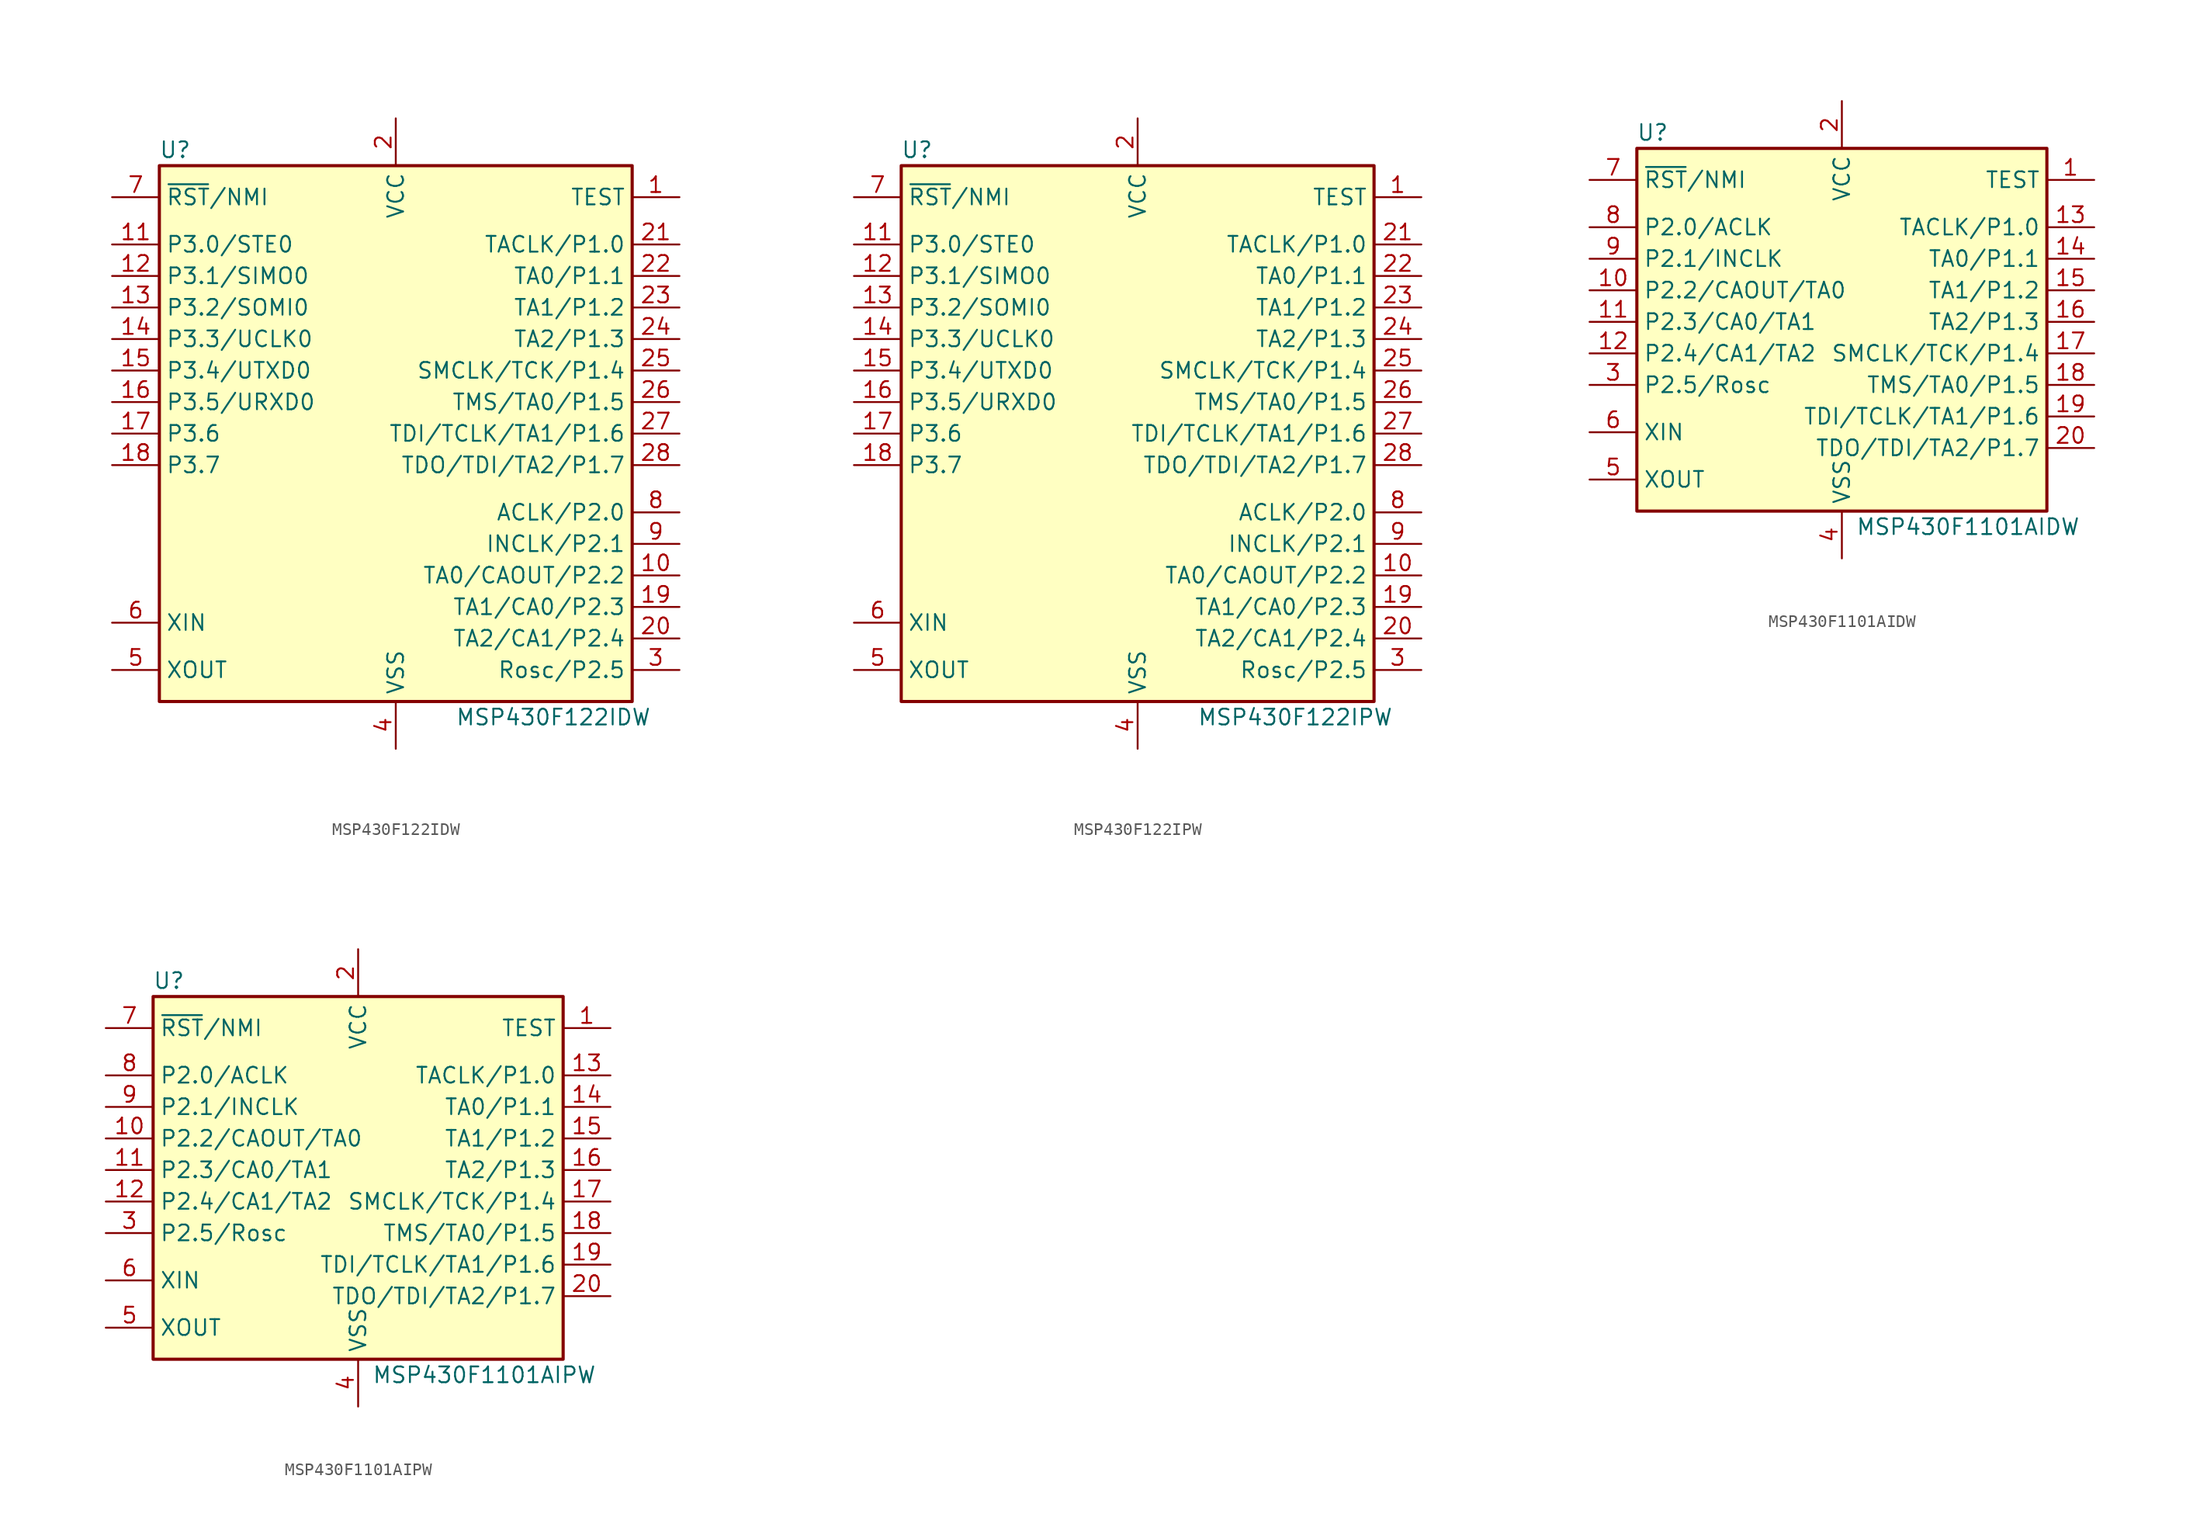
<source format=kicad_sym>
(kicad_symbol_lib
  (version 20201005)
  (generator kicad_symbol_editor)
  (symbol "MSP430F122IDW"
    (property "Reference" "U"
      (at -17.78 22.86 0)
      (effects (font (size 1.27 1.27))))
    (property "Value" "MSP430F122IDW"
      (at 12.7 -22.86 0)
      (effects (font (size 1.27 1.27))))
    (symbol "MSP430F122IDW_0_1"
      (rectangle (start -19.05 21.59) (end 19.05 -21.59) (stroke (width 0.254)) (fill (type background))))
    (symbol "MSP430F122IDW_1_1"
      (pin input line (at 22.86 19.05 180) (length 3.81) (name "TEST" (effects (font (size 1.27 1.27)))) (number "1" (effects (font (size 1.27 1.27)))))
      (pin bidirectional line (at 22.86 -11.43 180) (length 3.81) (name "TA0/CAOUT/P2.2" (effects (font (size 1.27 1.27)))) (number "10" (effects (font (size 1.27 1.27)))))
      (pin bidirectional line (at -22.86 15.24 0) (length 3.81) (name "P3.0/STE0" (effects (font (size 1.27 1.27)))) (number "11" (effects (font (size 1.27 1.27)))))
      (pin bidirectional line (at -22.86 12.7 0) (length 3.81) (name "P3.1/SIMO0" (effects (font (size 1.27 1.27)))) (number "12" (effects (font (size 1.27 1.27)))))
      (pin bidirectional line (at -22.86 10.16 0) (length 3.81) (name "P3.2/SOMI0" (effects (font (size 1.27 1.27)))) (number "13" (effects (font (size 1.27 1.27)))))
      (pin bidirectional line (at -22.86 7.62 0) (length 3.81) (name "P3.3/UCLK0" (effects (font (size 1.27 1.27)))) (number "14" (effects (font (size 1.27 1.27)))))
      (pin bidirectional line (at -22.86 5.08 0) (length 3.81) (name "P3.4/UTXD0" (effects (font (size 1.27 1.27)))) (number "15" (effects (font (size 1.27 1.27)))))
      (pin bidirectional line (at -22.86 2.54 0) (length 3.81) (name "P3.5/URXD0" (effects (font (size 1.27 1.27)))) (number "16" (effects (font (size 1.27 1.27)))))
      (pin bidirectional line (at -22.86 0 0) (length 3.81) (name "P3.6" (effects (font (size 1.27 1.27)))) (number "17" (effects (font (size 1.27 1.27)))))
      (pin bidirectional line (at -22.86 -2.54 0) (length 3.81) (name "P3.7" (effects (font (size 1.27 1.27)))) (number "18" (effects (font (size 1.27 1.27)))))
      (pin bidirectional line (at 22.86 -13.97 180) (length 3.81) (name "TA1/CA0/P2.3" (effects (font (size 1.27 1.27)))) (number "19" (effects (font (size 1.27 1.27)))))
      (pin power_in line (at 0 25.4 270) (length 3.81) (name "VCC" (effects (font (size 1.27 1.27)))) (number "2" (effects (font (size 1.27 1.27)))))
      (pin bidirectional line (at 22.86 -16.51 180) (length 3.81) (name "TA2/CA1/P2.4" (effects (font (size 1.27 1.27)))) (number "20" (effects (font (size 1.27 1.27)))))
      (pin bidirectional line (at 22.86 15.24 180) (length 3.81) (name "TACLK/P1.0" (effects (font (size 1.27 1.27)))) (number "21" (effects (font (size 1.27 1.27)))))
      (pin bidirectional line (at 22.86 12.7 180) (length 3.81) (name "TA0/P1.1" (effects (font (size 1.27 1.27)))) (number "22" (effects (font (size 1.27 1.27)))))
      (pin bidirectional line (at 22.86 10.16 180) (length 3.81) (name "TA1/P1.2" (effects (font (size 1.27 1.27)))) (number "23" (effects (font (size 1.27 1.27)))))
      (pin bidirectional line (at 22.86 7.62 180) (length 3.81) (name "TA2/P1.3" (effects (font (size 1.27 1.27)))) (number "24" (effects (font (size 1.27 1.27)))))
      (pin bidirectional line (at 22.86 5.08 180) (length 3.81) (name "SMCLK/TCK/P1.4" (effects (font (size 1.27 1.27)))) (number "25" (effects (font (size 1.27 1.27)))))
      (pin bidirectional line (at 22.86 2.54 180) (length 3.81) (name "TMS/TA0/P1.5" (effects (font (size 1.27 1.27)))) (number "26" (effects (font (size 1.27 1.27)))))
      (pin bidirectional line (at 22.86 0 180) (length 3.81) (name "TDI/TCLK/TA1/P1.6" (effects (font (size 1.27 1.27)))) (number "27" (effects (font (size 1.27 1.27)))))
      (pin bidirectional line (at 22.86 -2.54 180) (length 3.81) (name "TDO/TDI/TA2/P1.7" (effects (font (size 1.27 1.27)))) (number "28" (effects (font (size 1.27 1.27)))))
      (pin bidirectional line (at 22.86 -19.05 180) (length 3.81) (name "Rosc/P2.5" (effects (font (size 1.27 1.27)))) (number "3" (effects (font (size 1.27 1.27)))))
      (pin power_in line (at 0 -25.4 90) (length 3.81) (name "VSS" (effects (font (size 1.27 1.27)))) (number "4" (effects (font (size 1.27 1.27)))))
      (pin output line (at -22.86 -19.05 0) (length 3.81) (name "XOUT" (effects (font (size 1.27 1.27)))) (number "5" (effects (font (size 1.27 1.27)))))
      (pin input line (at -22.86 -15.24 0) (length 3.81) (name "XIN" (effects (font (size 1.27 1.27)))) (number "6" (effects (font (size 1.27 1.27)))))
      (pin input line (at -22.86 19.05 0) (length 3.81) (name "~RST~/NMI" (effects (font (size 1.27 1.27)))) (number "7" (effects (font (size 1.27 1.27)))))
      (pin bidirectional line (at 22.86 -6.35 180) (length 3.81) (name "ACLK/P2.0" (effects (font (size 1.27 1.27)))) (number "8" (effects (font (size 1.27 1.27)))))
      (pin bidirectional line (at 22.86 -8.89 180) (length 3.81) (name "INCLK/P2.1" (effects (font (size 1.27 1.27)))) (number "9" (effects (font (size 1.27 1.27)))))))
  (symbol "MSP430F122IPW"
    (property "Reference" "U"
      (at -17.78 22.86 0)
      (effects (font (size 1.27 1.27))))
    (property "Value" "MSP430F122IPW"
      (at 12.7 -22.86 0)
      (effects (font (size 1.27 1.27))))
    (symbol "MSP430F122IPW_0_1"
      (rectangle (start -19.05 21.59) (end 19.05 -21.59) (stroke (width 0.254)) (fill (type background))))
    (symbol "MSP430F122IPW_1_1"
      (pin input line (at 22.86 19.05 180) (length 3.81) (name "TEST" (effects (font (size 1.27 1.27)))) (number "1" (effects (font (size 1.27 1.27)))))
      (pin bidirectional line (at 22.86 -11.43 180) (length 3.81) (name "TA0/CAOUT/P2.2" (effects (font (size 1.27 1.27)))) (number "10" (effects (font (size 1.27 1.27)))))
      (pin bidirectional line (at -22.86 15.24 0) (length 3.81) (name "P3.0/STE0" (effects (font (size 1.27 1.27)))) (number "11" (effects (font (size 1.27 1.27)))))
      (pin bidirectional line (at -22.86 12.7 0) (length 3.81) (name "P3.1/SIMO0" (effects (font (size 1.27 1.27)))) (number "12" (effects (font (size 1.27 1.27)))))
      (pin bidirectional line (at -22.86 10.16 0) (length 3.81) (name "P3.2/SOMI0" (effects (font (size 1.27 1.27)))) (number "13" (effects (font (size 1.27 1.27)))))
      (pin bidirectional line (at -22.86 7.62 0) (length 3.81) (name "P3.3/UCLK0" (effects (font (size 1.27 1.27)))) (number "14" (effects (font (size 1.27 1.27)))))
      (pin bidirectional line (at -22.86 5.08 0) (length 3.81) (name "P3.4/UTXD0" (effects (font (size 1.27 1.27)))) (number "15" (effects (font (size 1.27 1.27)))))
      (pin bidirectional line (at -22.86 2.54 0) (length 3.81) (name "P3.5/URXD0" (effects (font (size 1.27 1.27)))) (number "16" (effects (font (size 1.27 1.27)))))
      (pin bidirectional line (at -22.86 0 0) (length 3.81) (name "P3.6" (effects (font (size 1.27 1.27)))) (number "17" (effects (font (size 1.27 1.27)))))
      (pin bidirectional line (at -22.86 -2.54 0) (length 3.81) (name "P3.7" (effects (font (size 1.27 1.27)))) (number "18" (effects (font (size 1.27 1.27)))))
      (pin bidirectional line (at 22.86 -13.97 180) (length 3.81) (name "TA1/CA0/P2.3" (effects (font (size 1.27 1.27)))) (number "19" (effects (font (size 1.27 1.27)))))
      (pin power_in line (at 0 25.4 270) (length 3.81) (name "VCC" (effects (font (size 1.27 1.27)))) (number "2" (effects (font (size 1.27 1.27)))))
      (pin bidirectional line (at 22.86 -16.51 180) (length 3.81) (name "TA2/CA1/P2.4" (effects (font (size 1.27 1.27)))) (number "20" (effects (font (size 1.27 1.27)))))
      (pin bidirectional line (at 22.86 15.24 180) (length 3.81) (name "TACLK/P1.0" (effects (font (size 1.27 1.27)))) (number "21" (effects (font (size 1.27 1.27)))))
      (pin bidirectional line (at 22.86 12.7 180) (length 3.81) (name "TA0/P1.1" (effects (font (size 1.27 1.27)))) (number "22" (effects (font (size 1.27 1.27)))))
      (pin bidirectional line (at 22.86 10.16 180) (length 3.81) (name "TA1/P1.2" (effects (font (size 1.27 1.27)))) (number "23" (effects (font (size 1.27 1.27)))))
      (pin bidirectional line (at 22.86 7.62 180) (length 3.81) (name "TA2/P1.3" (effects (font (size 1.27 1.27)))) (number "24" (effects (font (size 1.27 1.27)))))
      (pin bidirectional line (at 22.86 5.08 180) (length 3.81) (name "SMCLK/TCK/P1.4" (effects (font (size 1.27 1.27)))) (number "25" (effects (font (size 1.27 1.27)))))
      (pin bidirectional line (at 22.86 2.54 180) (length 3.81) (name "TMS/TA0/P1.5" (effects (font (size 1.27 1.27)))) (number "26" (effects (font (size 1.27 1.27)))))
      (pin bidirectional line (at 22.86 0 180) (length 3.81) (name "TDI/TCLK/TA1/P1.6" (effects (font (size 1.27 1.27)))) (number "27" (effects (font (size 1.27 1.27)))))
      (pin bidirectional line (at 22.86 -2.54 180) (length 3.81) (name "TDO/TDI/TA2/P1.7" (effects (font (size 1.27 1.27)))) (number "28" (effects (font (size 1.27 1.27)))))
      (pin bidirectional line (at 22.86 -19.05 180) (length 3.81) (name "Rosc/P2.5" (effects (font (size 1.27 1.27)))) (number "3" (effects (font (size 1.27 1.27)))))
      (pin power_in line (at 0 -25.4 90) (length 3.81) (name "VSS" (effects (font (size 1.27 1.27)))) (number "4" (effects (font (size 1.27 1.27)))))
      (pin output line (at -22.86 -19.05 0) (length 3.81) (name "XOUT" (effects (font (size 1.27 1.27)))) (number "5" (effects (font (size 1.27 1.27)))))
      (pin input line (at -22.86 -15.24 0) (length 3.81) (name "XIN" (effects (font (size 1.27 1.27)))) (number "6" (effects (font (size 1.27 1.27)))))
      (pin input line (at -22.86 19.05 0) (length 3.81) (name "~RST~/NMI" (effects (font (size 1.27 1.27)))) (number "7" (effects (font (size 1.27 1.27)))))
      (pin bidirectional line (at 22.86 -6.35 180) (length 3.81) (name "ACLK/P2.0" (effects (font (size 1.27 1.27)))) (number "8" (effects (font (size 1.27 1.27)))))
      (pin bidirectional line (at 22.86 -8.89 180) (length 3.81) (name "INCLK/P2.1" (effects (font (size 1.27 1.27)))) (number "9" (effects (font (size 1.27 1.27)))))))
  (symbol "MSP430F1101AIDW"
    (property "Reference" "U"
      (at -15.24 15.24 0)
      (effects (font (size 1.27 1.27))))
    (property "Value" "MSP430F1101AIDW"
      (at 10.16 -16.51 0)
      (effects (font (size 1.27 1.27))))
    (symbol "MSP430F1101AIDW_0_1"
      (rectangle (start -16.51 13.97) (end 16.51 -15.24) (stroke (width 0.254)) (fill (type background))))
    (symbol "MSP430F1101AIDW_1_1"
      (pin input line (at 20.32 11.43 180) (length 3.81) (name "TEST" (effects (font (size 1.27 1.27)))) (number "1" (effects (font (size 1.27 1.27)))))
      (pin bidirectional line (at -20.32 2.54 0) (length 3.81) (name "P2.2/CAOUT/TA0" (effects (font (size 1.27 1.27)))) (number "10" (effects (font (size 1.27 1.27)))))
      (pin bidirectional line (at -20.32 0 0) (length 3.81) (name "P2.3/CA0/TA1" (effects (font (size 1.27 1.27)))) (number "11" (effects (font (size 1.27 1.27)))))
      (pin bidirectional line (at -20.32 -2.54 0) (length 3.81) (name "P2.4/CA1/TA2" (effects (font (size 1.27 1.27)))) (number "12" (effects (font (size 1.27 1.27)))))
      (pin bidirectional line (at 20.32 7.62 180) (length 3.81) (name "TACLK/P1.0" (effects (font (size 1.27 1.27)))) (number "13" (effects (font (size 1.27 1.27)))))
      (pin bidirectional line (at 20.32 5.08 180) (length 3.81) (name "TA0/P1.1" (effects (font (size 1.27 1.27)))) (number "14" (effects (font (size 1.27 1.27)))))
      (pin bidirectional line (at 20.32 2.54 180) (length 3.81) (name "TA1/P1.2" (effects (font (size 1.27 1.27)))) (number "15" (effects (font (size 1.27 1.27)))))
      (pin bidirectional line (at 20.32 0 180) (length 3.81) (name "TA2/P1.3" (effects (font (size 1.27 1.27)))) (number "16" (effects (font (size 1.27 1.27)))))
      (pin bidirectional line (at 20.32 -2.54 180) (length 3.81) (name "SMCLK/TCK/P1.4" (effects (font (size 1.27 1.27)))) (number "17" (effects (font (size 1.27 1.27)))))
      (pin bidirectional line (at 20.32 -5.08 180) (length 3.81) (name "TMS/TA0/P1.5" (effects (font (size 1.27 1.27)))) (number "18" (effects (font (size 1.27 1.27)))))
      (pin bidirectional line (at 20.32 -7.62 180) (length 3.81) (name "TDI/TCLK/TA1/P1.6" (effects (font (size 1.27 1.27)))) (number "19" (effects (font (size 1.27 1.27)))))
      (pin power_in line (at 0 17.78 270) (length 3.81) (name "VCC" (effects (font (size 1.27 1.27)))) (number "2" (effects (font (size 1.27 1.27)))))
      (pin bidirectional line (at 20.32 -10.16 180) (length 3.81) (name "TDO/TDI/TA2/P1.7" (effects (font (size 1.27 1.27)))) (number "20" (effects (font (size 1.27 1.27)))))
      (pin bidirectional line (at -20.32 -5.08 0) (length 3.81) (name "P2.5/Rosc" (effects (font (size 1.27 1.27)))) (number "3" (effects (font (size 1.27 1.27)))))
      (pin power_in line (at 0 -19.05 90) (length 3.81) (name "VSS" (effects (font (size 1.27 1.27)))) (number "4" (effects (font (size 1.27 1.27)))))
      (pin output line (at -20.32 -12.7 0) (length 3.81) (name "XOUT" (effects (font (size 1.27 1.27)))) (number "5" (effects (font (size 1.27 1.27)))))
      (pin input line (at -20.32 -8.89 0) (length 3.81) (name "XIN" (effects (font (size 1.27 1.27)))) (number "6" (effects (font (size 1.27 1.27)))))
      (pin input line (at -20.32 11.43 0) (length 3.81) (name "~RST~/NMI" (effects (font (size 1.27 1.27)))) (number "7" (effects (font (size 1.27 1.27)))))
      (pin bidirectional line (at -20.32 7.62 0) (length 3.81) (name "P2.0/ACLK" (effects (font (size 1.27 1.27)))) (number "8" (effects (font (size 1.27 1.27)))))
      (pin bidirectional line (at -20.32 5.08 0) (length 3.81) (name "P2.1/INCLK" (effects (font (size 1.27 1.27)))) (number "9" (effects (font (size 1.27 1.27)))))))
  (symbol "MSP430F1101AIPW"
    (property "Reference" "U"
      (at -15.24 15.24 0)
      (effects (font (size 1.27 1.27))))
    (property "Value" "MSP430F1101AIPW"
      (at 10.16 -16.51 0)
      (effects (font (size 1.27 1.27))))
    (symbol "MSP430F1101AIPW_0_1"
      (rectangle (start -16.51 13.97) (end 16.51 -15.24) (stroke (width 0.254)) (fill (type background))))
    (symbol "MSP430F1101AIPW_1_1"
      (pin input line (at 20.32 11.43 180) (length 3.81) (name "TEST" (effects (font (size 1.27 1.27)))) (number "1" (effects (font (size 1.27 1.27)))))
      (pin bidirectional line (at -20.32 2.54 0) (length 3.81) (name "P2.2/CAOUT/TA0" (effects (font (size 1.27 1.27)))) (number "10" (effects (font (size 1.27 1.27)))))
      (pin bidirectional line (at -20.32 0 0) (length 3.81) (name "P2.3/CA0/TA1" (effects (font (size 1.27 1.27)))) (number "11" (effects (font (size 1.27 1.27)))))
      (pin bidirectional line (at -20.32 -2.54 0) (length 3.81) (name "P2.4/CA1/TA2" (effects (font (size 1.27 1.27)))) (number "12" (effects (font (size 1.27 1.27)))))
      (pin bidirectional line (at 20.32 7.62 180) (length 3.81) (name "TACLK/P1.0" (effects (font (size 1.27 1.27)))) (number "13" (effects (font (size 1.27 1.27)))))
      (pin bidirectional line (at 20.32 5.08 180) (length 3.81) (name "TA0/P1.1" (effects (font (size 1.27 1.27)))) (number "14" (effects (font (size 1.27 1.27)))))
      (pin bidirectional line (at 20.32 2.54 180) (length 3.81) (name "TA1/P1.2" (effects (font (size 1.27 1.27)))) (number "15" (effects (font (size 1.27 1.27)))))
      (pin bidirectional line (at 20.32 0 180) (length 3.81) (name "TA2/P1.3" (effects (font (size 1.27 1.27)))) (number "16" (effects (font (size 1.27 1.27)))))
      (pin bidirectional line (at 20.32 -2.54 180) (length 3.81) (name "SMCLK/TCK/P1.4" (effects (font (size 1.27 1.27)))) (number "17" (effects (font (size 1.27 1.27)))))
      (pin bidirectional line (at 20.32 -5.08 180) (length 3.81) (name "TMS/TA0/P1.5" (effects (font (size 1.27 1.27)))) (number "18" (effects (font (size 1.27 1.27)))))
      (pin bidirectional line (at 20.32 -7.62 180) (length 3.81) (name "TDI/TCLK/TA1/P1.6" (effects (font (size 1.27 1.27)))) (number "19" (effects (font (size 1.27 1.27)))))
      (pin power_in line (at 0 17.78 270) (length 3.81) (name "VCC" (effects (font (size 1.27 1.27)))) (number "2" (effects (font (size 1.27 1.27)))))
      (pin bidirectional line (at 20.32 -10.16 180) (length 3.81) (name "TDO/TDI/TA2/P1.7" (effects (font (size 1.27 1.27)))) (number "20" (effects (font (size 1.27 1.27)))))
      (pin bidirectional line (at -20.32 -5.08 0) (length 3.81) (name "P2.5/Rosc" (effects (font (size 1.27 1.27)))) (number "3" (effects (font (size 1.27 1.27)))))
      (pin power_in line (at 0 -19.05 90) (length 3.81) (name "VSS" (effects (font (size 1.27 1.27)))) (number "4" (effects (font (size 1.27 1.27)))))
      (pin output line (at -20.32 -12.7 0) (length 3.81) (name "XOUT" (effects (font (size 1.27 1.27)))) (number "5" (effects (font (size 1.27 1.27)))))
      (pin input line (at -20.32 -8.89 0) (length 3.81) (name "XIN" (effects (font (size 1.27 1.27)))) (number "6" (effects (font (size 1.27 1.27)))))
      (pin input line (at -20.32 11.43 0) (length 3.81) (name "~RST~/NMI" (effects (font (size 1.27 1.27)))) (number "7" (effects (font (size 1.27 1.27)))))
      (pin bidirectional line (at -20.32 7.62 0) (length 3.81) (name "P2.0/ACLK" (effects (font (size 1.27 1.27)))) (number "8" (effects (font (size 1.27 1.27)))))
      (pin bidirectional line (at -20.32 5.08 0) (length 3.81) (name "P2.1/INCLK" (effects (font (size 1.27 1.27)))) (number "9" (effects (font (size 1.27 1.27))))))))
</source>
